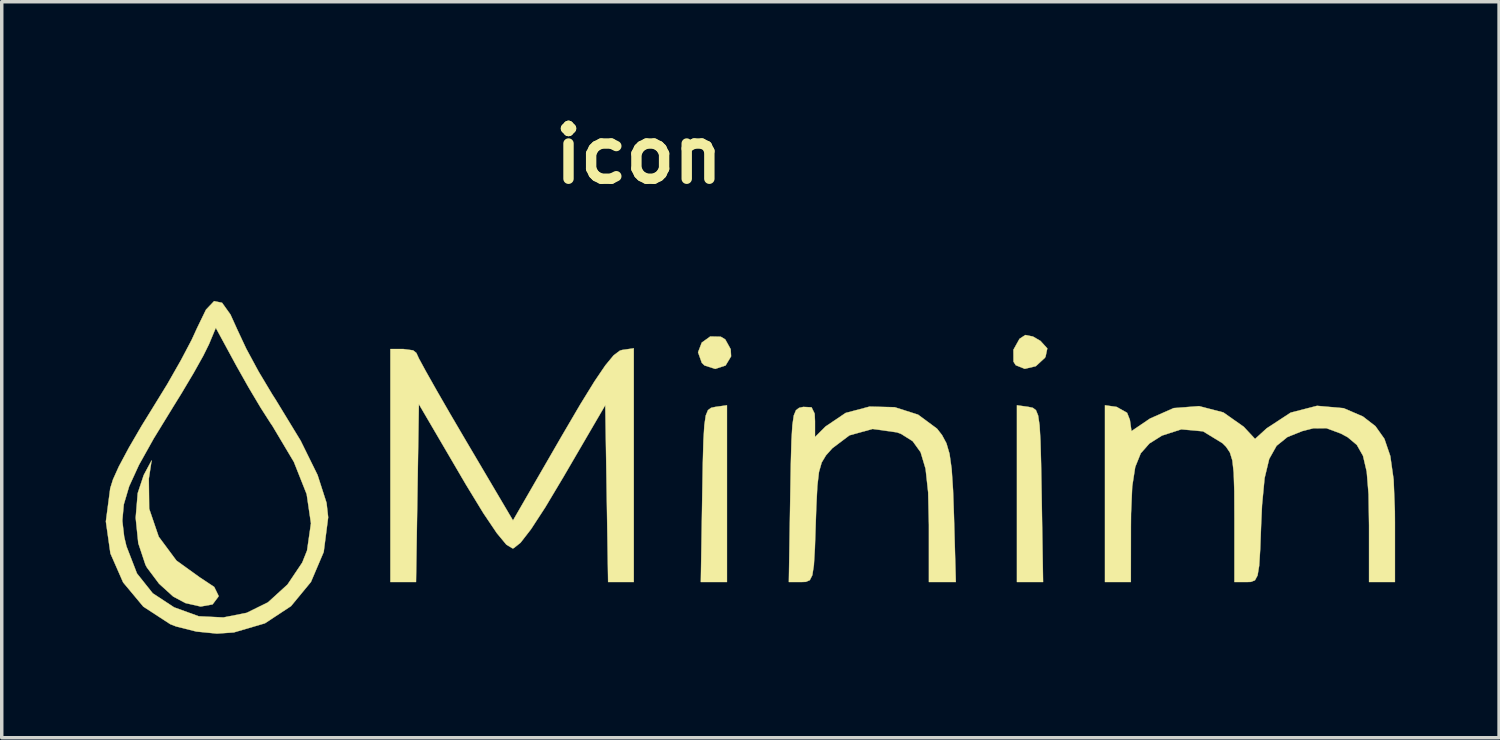
<source format=kicad_pcb>
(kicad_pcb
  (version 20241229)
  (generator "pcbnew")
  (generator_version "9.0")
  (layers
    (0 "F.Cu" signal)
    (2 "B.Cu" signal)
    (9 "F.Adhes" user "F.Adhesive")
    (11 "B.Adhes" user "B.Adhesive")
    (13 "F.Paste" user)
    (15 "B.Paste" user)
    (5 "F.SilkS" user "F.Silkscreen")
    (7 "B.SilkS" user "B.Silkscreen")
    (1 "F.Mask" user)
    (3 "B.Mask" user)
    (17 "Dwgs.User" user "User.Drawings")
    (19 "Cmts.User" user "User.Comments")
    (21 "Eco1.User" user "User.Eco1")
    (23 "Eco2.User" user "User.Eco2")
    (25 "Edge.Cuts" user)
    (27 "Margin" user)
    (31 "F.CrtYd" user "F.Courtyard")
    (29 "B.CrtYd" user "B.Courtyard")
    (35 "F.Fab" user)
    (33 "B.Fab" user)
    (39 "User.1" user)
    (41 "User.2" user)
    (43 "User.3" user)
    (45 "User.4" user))
  (footprint "icon"
    (layer "F.Cu")
    (at 17.926 10.308)
    (property "Reference" "icon" (at -2.54 -8.89 0) (layer "F.SilkS") (effects (font (size 1.524 1.524) (thickness 0.3))))
    (attr through_hole)
    (fp_poly (pts (xy -0.178 -3.642) (xy -0.049 -3.564) (xy 0.107 -3.283) (xy 0.119 -3.076) (xy -0.04 -2.812) (xy -0.338 -2.714) (xy -0.646 -2.812) (xy -0.725 -2.887) (xy -0.834 -3.193) (xy -0.727 -3.473) (xy -0.482 -3.649) (xy -0.178 -3.642)) (stroke (width 0.01) (type solid)) (fill yes) (layer "F.SilkS"))
    (fp_poly (pts (xy 0 3.436) (xy -0.754 3.436) (xy -0.713 0.934) (xy -0.697 0.017) (xy -0.679 -0.645) (xy -0.652 -1.093) (xy -0.611 -1.371) (xy -0.548 -1.523) (xy -0.458 -1.59) (xy -0.336 -1.617) (xy 0 -1.664) (xy 0 3.436)) (stroke (width 0.01) (type solid)) (fill yes) (layer "F.SilkS"))
    (fp_poly (pts (xy 8.703 -1.617) (xy 8.827 -1.59) (xy 8.916 -1.522) (xy 8.978 -1.369) (xy 9.02 -1.089) (xy 9.046 -0.638) (xy 9.064 0.026) (xy 9.08 0.934) (xy 9.121 3.436) (xy 8.367 3.436) (xy 8.367 -1.664) (xy 8.703 -1.617)) (stroke (width 0.01) (type solid)) (fill yes) (layer "F.SilkS"))
    (fp_poly (pts (xy 8.828 -3.648) (xy 9.045 -3.522) (xy 9.243 -3.305) (xy 9.193 -3.067) (xy 9.174 -3.034) (xy 8.912 -2.792) (xy 8.593 -2.716) (xy 8.333 -2.82) (xy 8.268 -2.923) (xy 8.266 -3.266) (xy 8.441 -3.581) (xy 8.608 -3.691) (xy 8.828 -3.648)) (stroke (width 0.01) (type solid)) (fill yes) (layer "F.SilkS"))
    (fp_poly (pts (xy -16.682 0.454) (xy -16.672 1.321) (xy -16.396 2.129) (xy -15.885 2.817) (xy -15.216 3.299) (xy -14.795 3.578) (xy -14.669 3.835) (xy -14.672 3.855) (xy -14.842 4.081) (xy -15.186 4.143) (xy -15.625 4.043) (xy -15.979 3.854) (xy -16.386 3.485) (xy -16.734 3.021) (xy -16.778 2.941) (xy -16.986 2.316) (xy -17.061 1.584) (xy -17.002 0.872) (xy -16.829 0.351) (xy -16.601 -0.075) (xy -16.682 0.454)) (stroke (width 0.01) (type solid)) (fill yes) (layer "F.SilkS"))
    (fp_poly (pts (xy -2.689 3.436) (xy -3.429 3.436) (xy -3.511 -1.667) (xy -4.716 0.399) (xy -5.245 1.284) (xy -5.655 1.913) (xy -5.955 2.3) (xy -6.154 2.459) (xy -6.188 2.465) (xy -6.365 2.357) (xy -6.641 2.024) (xy -7.026 1.453) (xy -7.529 0.629) (xy -7.672 0.385) (xy -8.89 -1.696) (xy -8.931 0.87) (xy -8.972 3.436) (xy -9.712 3.436) (xy -9.712 -3.287) (xy -9.338 -3.287) (xy -9.057 -3.249) (xy -8.963 -3.175) (xy -8.89 -3.016) (xy -8.688 -2.644) (xy -8.381 -2.1) (xy -7.993 -1.427) (xy -7.568 -0.702) (xy -6.174 1.659) (xy -4.767 -0.777) (xy -4.236 -1.683) (xy -3.823 -2.353) (xy -3.508 -2.817) (xy -3.272 -3.103) (xy -3.092 -3.239) (xy -3.025 -3.26) (xy -2.689 -3.308) (xy -2.689 3.436)) (stroke (width 0.01) (type solid)) (fill yes) (layer "F.SilkS"))
    (fp_poly (pts (xy 4.84 -1.608) (xy 5.515 -1.393) (xy 6.061 -0.989) (xy 6.205 -0.805) (xy 6.332 -0.569) (xy 6.422 -0.263) (xy 6.483 0.171) (xy 6.524 0.795) (xy 6.55 1.531) (xy 6.604 3.436) (xy 5.827 3.436) (xy 5.827 1.786) (xy 5.806 0.852) (xy 5.731 0.169) (xy 5.588 -0.309) (xy 5.359 -0.628) (xy 5.03 -0.835) (xy 4.908 -0.882) (xy 4.202 -0.981) (xy 3.535 -0.797) (xy 3.041 -0.425) (xy 2.857 -0.219) (xy 2.733 -0.012) (xy 2.655 0.26) (xy 2.608 0.662) (xy 2.578 1.259) (xy 2.562 1.727) (xy 2.537 2.462) (xy 2.508 2.948) (xy 2.463 3.238) (xy 2.39 3.382) (xy 2.276 3.431) (xy 2.147 3.436) (xy 1.786 3.436) (xy 1.827 0.934) (xy 1.843 0.017) (xy 1.861 -0.645) (xy 1.888 -1.093) (xy 1.929 -1.371) (xy 1.992 -1.523) (xy 2.082 -1.59) (xy 2.204 -1.617) (xy 2.441 -1.605) (xy 2.53 -1.423) (xy 2.54 -1.206) (xy 2.54 -0.747) (xy 2.845 -1.052) (xy 3.425 -1.443) (xy 4.116 -1.626) (xy 4.84 -1.608)) (stroke (width 0.01) (type solid)) (fill yes) (layer "F.SilkS"))
    (fp_poly (pts (xy 11.243 -1.617) (xy 11.545 -1.447) (xy 11.626 -1.243) (xy 11.672 -0.918) (xy 12.207 -1.281) (xy 12.89 -1.583) (xy 13.623 -1.639) (xy 14.324 -1.457) (xy 14.911 -1.044) (xy 14.926 -1.028) (xy 15.238 -0.693) (xy 15.575 -1) (xy 16.266 -1.452) (xy 17.027 -1.648) (xy 17.793 -1.58) (xy 18.349 -1.341) (xy 18.712 -1.06) (xy 18.97 -0.696) (xy 19.14 -0.199) (xy 19.236 0.48) (xy 19.272 1.391) (xy 19.274 1.713) (xy 19.274 3.436) (xy 18.527 3.436) (xy 18.527 1.803) (xy 18.513 0.904) (xy 18.46 0.252) (xy 18.353 -0.206) (xy 18.175 -0.52) (xy 17.912 -0.741) (xy 17.714 -0.848) (xy 17.299 -1.002) (xy 16.92 -1) (xy 16.606 -0.921) (xy 16.171 -0.747) (xy 15.858 -0.494) (xy 15.646 -0.116) (xy 15.513 0.438) (xy 15.439 1.215) (xy 15.414 1.756) (xy 15.387 2.483) (xy 15.357 2.963) (xy 15.31 3.246) (xy 15.235 3.386) (xy 15.118 3.432) (xy 15 3.436) (xy 14.642 3.436) (xy 14.642 1.595) (xy 14.639 0.818) (xy 14.622 0.282) (xy 14.583 -0.072) (xy 14.512 -0.302) (xy 14.4 -0.468) (xy 14.299 -0.569) (xy 13.738 -0.912) (xy 13.111 -0.97) (xy 12.553 -0.79) (xy 12.191 -0.563) (xy 11.94 -0.279) (xy 11.78 0.117) (xy 11.693 0.679) (xy 11.659 1.464) (xy 11.656 1.83) (xy 11.654 3.436) (xy 10.907 3.436) (xy 10.907 -1.664) (xy 11.243 -1.617)) (stroke (width 0.01) (type solid)) (fill yes) (layer "F.SilkS"))
    (fp_poly (pts (xy -14.569 -4.622) (xy -14.326 -4.282) (xy -14.125 -3.839) (xy -13.871 -3.297) (xy -13.513 -2.634) (xy -13.117 -1.973) (xy -13.02 -1.822) (xy -12.302 -0.643) (xy -11.813 0.348) (xy -11.554 1.152) (xy -11.507 1.569) (xy -11.636 2.569) (xy -12.004 3.434) (xy -12.579 4.131) (xy -13.332 4.627) (xy -14.229 4.89) (xy -14.717 4.924) (xy -15.308 4.865) (xy -15.894 4.718) (xy -16.063 4.652) (xy -16.841 4.145) (xy -17.423 3.447) (xy -17.79 2.611) (xy -17.921 1.688) (xy -17.918 1.665) (xy -17.447 1.665) (xy -17.393 2.13) (xy -17.328 2.403) (xy -17.024 3.189) (xy -16.569 3.761) (xy -15.951 4.167) (xy -15.242 4.424) (xy -14.532 4.458) (xy -13.858 4.325) (xy -13.244 4.022) (xy -12.681 3.509) (xy -12.256 2.877) (xy -12.116 2.527) (xy -12.003 1.743) (xy -12.127 0.901) (xy -12.496 -0.029) (xy -13.118 -1.074) (xy -13.166 -1.143) (xy -13.451 -1.588) (xy -13.801 -2.176) (xy -14.145 -2.786) (xy -14.17 -2.831) (xy -14.749 -3.899) (xy -14.946 -3.426) (xy -15.11 -3.095) (xy -15.39 -2.595) (xy -15.74 -2.007) (xy -15.953 -1.663) (xy -16.54 -0.706) (xy -16.967 0.058) (xy -17.25 0.676) (xy -17.404 1.196) (xy -17.447 1.665) (xy -17.918 1.665) (xy -17.795 0.731) (xy -17.716 0.478) (xy -17.548 0.105) (xy -17.258 -0.438) (xy -16.889 -1.072) (xy -16.566 -1.595) (xy -16.148 -2.275) (xy -15.758 -2.959) (xy -15.444 -3.555) (xy -15.293 -3.885) (xy -15.032 -4.423) (xy -14.798 -4.669) (xy -14.569 -4.622)) (stroke (width 0.01) (type solid)) (fill yes) (layer "F.SilkS")))
  (gr_rect
    (start -3 -3)
    (end 40.205 18.237)
    (stroke (width 0.1) (type default))
    (fill no)
    (layer "Edge.Cuts")))
</source>
